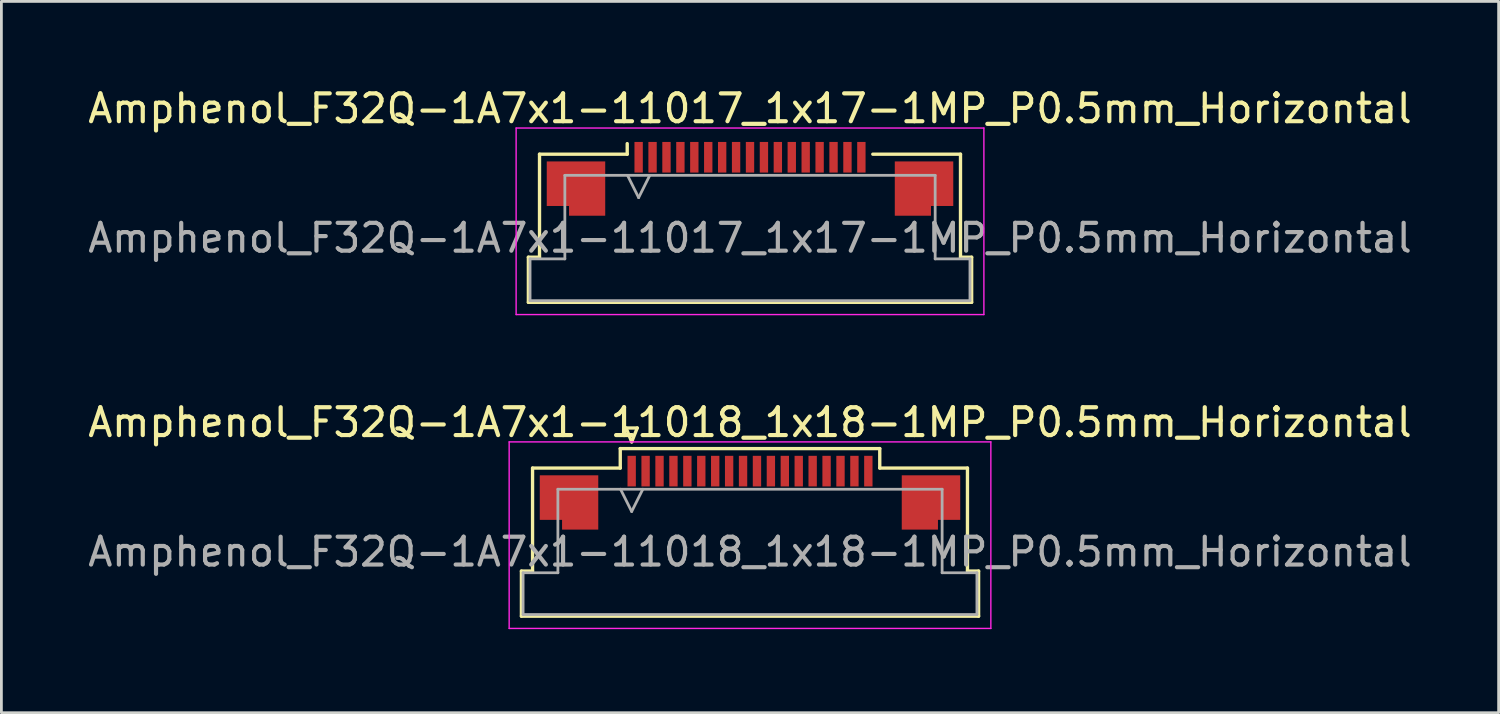
<source format=kicad_pcb>
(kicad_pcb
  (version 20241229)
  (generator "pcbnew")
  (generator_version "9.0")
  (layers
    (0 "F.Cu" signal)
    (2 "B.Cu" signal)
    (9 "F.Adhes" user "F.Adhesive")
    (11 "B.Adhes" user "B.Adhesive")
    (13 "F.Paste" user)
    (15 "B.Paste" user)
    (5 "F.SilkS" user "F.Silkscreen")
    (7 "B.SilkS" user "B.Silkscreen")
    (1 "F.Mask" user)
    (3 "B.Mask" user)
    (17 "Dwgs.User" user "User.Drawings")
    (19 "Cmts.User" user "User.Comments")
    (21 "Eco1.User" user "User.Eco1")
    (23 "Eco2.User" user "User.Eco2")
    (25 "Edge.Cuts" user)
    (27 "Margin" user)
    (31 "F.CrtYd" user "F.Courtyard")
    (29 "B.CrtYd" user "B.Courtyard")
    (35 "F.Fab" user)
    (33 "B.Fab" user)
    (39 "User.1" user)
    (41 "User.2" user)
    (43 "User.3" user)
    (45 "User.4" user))
  (footprint "Amphenol_F32Q-1A7x1-11018_1x18-1MP_P0.5mm_Horizontal"
    (layer "F.Cu")
    (at 23.887 16.771)
    (property "Reference" "Amphenol_F32Q-1A7x1-11018_1x18-1MP_P0.5mm_Horizontal" (at 0 -4.65 0) (layer "F.SilkS") (effects (font (size 1 1) (thickness 0.15))))
    (attr smd)
    (fp_line (start -8.21 0.69) (end -7.81 0.69) (stroke (width 0.12) (type solid)) (layer "F.SilkS"))
    (fp_line (start -8.21 2.31) (end -8.21 0.69) (stroke (width 0.12) (type solid)) (layer "F.SilkS"))
    (fp_line (start -7.81 -3.01) (end -4.66 -3.01) (stroke (width 0.12) (type solid)) (layer "F.SilkS"))
    (fp_line (start -7.81 0.69) (end -7.81 -3.01) (stroke (width 0.12) (type solid)) (layer "F.SilkS"))
    (fp_line (start -4.66 -3.71) (end 4.66 -3.71) (stroke (width 0.12) (type solid)) (layer "F.SilkS"))
    (fp_line (start -4.66 -3.01) (end -4.66 -3.71) (stroke (width 0.12) (type solid)) (layer "F.SilkS"))
    (fp_line (start -4.45 -4.45) (end -4.25 -3.95) (stroke (width 0.12) (type solid)) (layer "F.SilkS"))
    (fp_line (start -4.25 -3.95) (end -4.05 -4.45) (stroke (width 0.12) (type solid)) (layer "F.SilkS"))
    (fp_line (start -4.05 -4.45) (end -4.45 -4.45) (stroke (width 0.12) (type solid)) (layer "F.SilkS"))
    (fp_line (start 4.66 -3.71) (end 4.66 -3.01) (stroke (width 0.12) (type solid)) (layer "F.SilkS"))
    (fp_line (start 4.66 -3.01) (end 7.81 -3.01) (stroke (width 0.12) (type solid)) (layer "F.SilkS"))
    (fp_line (start 7.81 -3.01) (end 7.81 0.69) (stroke (width 0.12) (type solid)) (layer "F.SilkS"))
    (fp_line (start 7.81 0.69) (end 8.21 0.69) (stroke (width 0.12) (type solid)) (layer "F.SilkS"))
    (fp_line (start 8.21 0.69) (end 8.21 2.31) (stroke (width 0.12) (type solid)) (layer "F.SilkS"))
    (fp_line (start 8.21 2.31) (end -8.21 2.31) (stroke (width 0.12) (type solid)) (layer "F.SilkS"))
    (fp_line (start -8.65 -3.95) (end -8.65 2.75) (stroke (width 0.05) (type solid)) (layer "F.CrtYd"))
    (fp_line (start -8.65 2.75) (end 8.65 2.75) (stroke (width 0.05) (type solid)) (layer "F.CrtYd"))
    (fp_line (start 8.65 -3.95) (end -8.65 -3.95) (stroke (width 0.05) (type solid)) (layer "F.CrtYd"))
    (fp_line (start 8.65 2.75) (end 8.65 -3.95) (stroke (width 0.05) (type solid)) (layer "F.CrtYd"))
    (fp_line (start -8.15 0.75) (end -6.9 0.75) (stroke (width 0.1) (type solid)) (layer "F.Fab"))
    (fp_line (start -8.15 2.25) (end -8.15 0.75) (stroke (width 0.1) (type solid)) (layer "F.Fab"))
    (fp_line (start -6.9 -2.25) (end 6.9 -2.25) (stroke (width 0.1) (type solid)) (layer "F.Fab"))
    (fp_line (start -6.9 0.75) (end -6.9 -2.25) (stroke (width 0.1) (type solid)) (layer "F.Fab"))
    (fp_line (start -4.65 -2.25) (end -4.25 -1.45) (stroke (width 0.1) (type solid)) (layer "F.Fab"))
    (fp_line (start -4.25 -1.45) (end -3.85 -2.25) (stroke (width 0.1) (type solid)) (layer "F.Fab"))
    (fp_line (start 6.9 -2.25) (end 6.9 0.75) (stroke (width 0.1) (type solid)) (layer "F.Fab"))
    (fp_line (start 6.9 0.75) (end 8.15 0.75) (stroke (width 0.1) (type solid)) (layer "F.Fab"))
    (fp_line (start 8.15 0.75) (end 8.15 2.25) (stroke (width 0.1) (type solid)) (layer "F.Fab"))
    (fp_line (start 8.15 2.25) (end -8.15 2.25) (stroke (width 0.1) (type solid)) (layer "F.Fab"))
    (fp_text user "${REFERENCE}" (at 0 0 0) (layer "F.Fab") (effects (font (size 1 1) (thickness 0.15))))
    (pad "1" smd rect (at -4.25 -2.9) (size 0.3 1.1) (layers "F.Cu" "F.Mask" "F.Paste"))
    (pad "2" smd rect (at -3.75 -2.9) (size 0.3 1.1) (layers "F.Cu" "F.Mask" "F.Paste"))
    (pad "3" smd rect (at -3.25 -2.9) (size 0.3 1.1) (layers "F.Cu" "F.Mask" "F.Paste"))
    (pad "4" smd rect (at -2.75 -2.9) (size 0.3 1.1) (layers "F.Cu" "F.Mask" "F.Paste"))
    (pad "5" smd rect (at -2.25 -2.9) (size 0.3 1.1) (layers "F.Cu" "F.Mask" "F.Paste"))
    (pad "6" smd rect (at -1.75 -2.9) (size 0.3 1.1) (layers "F.Cu" "F.Mask" "F.Paste"))
    (pad "7" smd rect (at -1.25 -2.9) (size 0.3 1.1) (layers "F.Cu" "F.Mask" "F.Paste"))
    (pad "8" smd rect (at -0.75 -2.9) (size 0.3 1.1) (layers "F.Cu" "F.Mask" "F.Paste"))
    (pad "9" smd rect (at -0.25 -2.9) (size 0.3 1.1) (layers "F.Cu" "F.Mask" "F.Paste"))
    (pad "10" smd rect (at 0.25 -2.9) (size 0.3 1.1) (layers "F.Cu" "F.Mask" "F.Paste"))
    (pad "11" smd rect (at 0.75 -2.9) (size 0.3 1.1) (layers "F.Cu" "F.Mask" "F.Paste"))
    (pad "12" smd rect (at 1.25 -2.9) (size 0.3 1.1) (layers "F.Cu" "F.Mask" "F.Paste"))
    (pad "13" smd rect (at 1.75 -2.9) (size 0.3 1.1) (layers "F.Cu" "F.Mask" "F.Paste"))
    (pad "14" smd rect (at 2.25 -2.9) (size 0.3 1.1) (layers "F.Cu" "F.Mask" "F.Paste"))
    (pad "15" smd rect (at 2.75 -2.9) (size 0.3 1.1) (layers "F.Cu" "F.Mask" "F.Paste"))
    (pad "16" smd rect (at 3.25 -2.9) (size 0.3 1.1) (layers "F.Cu" "F.Mask" "F.Paste"))
    (pad "17" smd rect (at 3.75 -2.9) (size 0.3 1.1) (layers "F.Cu" "F.Mask" "F.Paste"))
    (pad "18" smd rect (at 4.25 -2.9) (size 0.3 1.1) (layers "F.Cu" "F.Mask" "F.Paste"))
    (pad "MP" smd custom (at -6.5 -1.775) (size 1 1) (layers "F.Cu" "F.Mask" "F.Paste") (options (anchor circle)) (primitives (gr_poly (pts (xy 1.05 -0.975) (xy 1.05 0.975) (xy -0.25 0.975) (xy -0.25 0.625) (xy -1.05 0.625) (xy -1.05 -0.975) (xy 1.05 -0.975)) (width 0) (fill yes))))
    (pad "MP" smd custom (at 6.5 -1.775) (size 1 1) (layers "F.Cu" "F.Mask" "F.Paste") (options (anchor circle)) (primitives (gr_poly (pts (xy -1.05 -0.975) (xy -1.05 0.975) (xy 0.25 0.975) (xy 0.25 0.625) (xy 1.05 0.625) (xy 1.05 -0.975) (xy -1.05 -0.975)) (width 0) (fill yes)))))
  (footprint "Amphenol_F32Q-1A7x1-11017_1x17-1MP_P0.5mm_Horizontal"
    (layer "F.Cu")
    (at 23.887 5.498)
    (property "Reference" "Amphenol_F32Q-1A7x1-11017_1x17-1MP_P0.5mm_Horizontal" (at 0 -4.65 0) (layer "F.SilkS") (effects (font (size 1 1) (thickness 0.15))))
    (attr smd)
    (fp_line (start -7.96 0.69) (end -7.56 0.69) (stroke (width 0.12) (type solid)) (layer "F.SilkS"))
    (fp_line (start -7.96 2.31) (end -7.96 0.69) (stroke (width 0.12) (type solid)) (layer "F.SilkS"))
    (fp_line (start -7.56 -3.01) (end -4.41 -3.01) (stroke (width 0.12) (type solid)) (layer "F.SilkS"))
    (fp_line (start -7.56 0.69) (end -7.56 -3.01) (stroke (width 0.12) (type solid)) (layer "F.SilkS"))
    (fp_line (start -4.41 -3.01) (end -4.41 -3.39) (stroke (width 0.12) (type solid)) (layer "F.SilkS"))
    (fp_line (start 4.41 -3.01) (end 7.56 -3.01) (stroke (width 0.12) (type solid)) (layer "F.SilkS"))
    (fp_line (start 7.56 -3.01) (end 7.56 0.69) (stroke (width 0.12) (type solid)) (layer "F.SilkS"))
    (fp_line (start 7.56 0.69) (end 7.96 0.69) (stroke (width 0.12) (type solid)) (layer "F.SilkS"))
    (fp_line (start 7.96 0.69) (end 7.96 2.31) (stroke (width 0.12) (type solid)) (layer "F.SilkS"))
    (fp_line (start 7.96 2.31) (end -7.96 2.31) (stroke (width 0.12) (type solid)) (layer "F.SilkS"))
    (fp_line (start -8.4 -3.95) (end -8.4 2.75) (stroke (width 0.05) (type solid)) (layer "F.CrtYd"))
    (fp_line (start -8.4 2.75) (end 8.4 2.75) (stroke (width 0.05) (type solid)) (layer "F.CrtYd"))
    (fp_line (start 8.4 -3.95) (end -8.4 -3.95) (stroke (width 0.05) (type solid)) (layer "F.CrtYd"))
    (fp_line (start 8.4 2.75) (end 8.4 -3.95) (stroke (width 0.05) (type solid)) (layer "F.CrtYd"))
    (fp_line (start -7.9 0.75) (end -6.65 0.75) (stroke (width 0.1) (type solid)) (layer "F.Fab"))
    (fp_line (start -7.9 2.25) (end -7.9 0.75) (stroke (width 0.1) (type solid)) (layer "F.Fab"))
    (fp_line (start -6.65 -2.25) (end 6.65 -2.25) (stroke (width 0.1) (type solid)) (layer "F.Fab"))
    (fp_line (start -6.65 0.75) (end -6.65 -2.25) (stroke (width 0.1) (type solid)) (layer "F.Fab"))
    (fp_line (start -4.4 -2.25) (end -4 -1.45) (stroke (width 0.1) (type solid)) (layer "F.Fab"))
    (fp_line (start -4 -1.45) (end -3.6 -2.25) (stroke (width 0.1) (type solid)) (layer "F.Fab"))
    (fp_line (start 6.65 -2.25) (end 6.65 0.75) (stroke (width 0.1) (type solid)) (layer "F.Fab"))
    (fp_line (start 6.65 0.75) (end 7.9 0.75) (stroke (width 0.1) (type solid)) (layer "F.Fab"))
    (fp_line (start 7.9 0.75) (end 7.9 2.25) (stroke (width 0.1) (type solid)) (layer "F.Fab"))
    (fp_line (start 7.9 2.25) (end -7.9 2.25) (stroke (width 0.1) (type solid)) (layer "F.Fab"))
    (fp_text user "${REFERENCE}" (at 0 0 0) (layer "F.Fab") (effects (font (size 1 1) (thickness 0.15))))
    (pad "1" smd rect (at -4 -2.9) (size 0.3 1.1) (layers "F.Cu" "F.Mask" "F.Paste"))
    (pad "2" smd rect (at -3.5 -2.9) (size 0.3 1.1) (layers "F.Cu" "F.Mask" "F.Paste"))
    (pad "3" smd rect (at -3 -2.9) (size 0.3 1.1) (layers "F.Cu" "F.Mask" "F.Paste"))
    (pad "4" smd rect (at -2.5 -2.9) (size 0.3 1.1) (layers "F.Cu" "F.Mask" "F.Paste"))
    (pad "5" smd rect (at -2 -2.9) (size 0.3 1.1) (layers "F.Cu" "F.Mask" "F.Paste"))
    (pad "6" smd rect (at -1.5 -2.9) (size 0.3 1.1) (layers "F.Cu" "F.Mask" "F.Paste"))
    (pad "7" smd rect (at -1 -2.9) (size 0.3 1.1) (layers "F.Cu" "F.Mask" "F.Paste"))
    (pad "8" smd rect (at -0.5 -2.9) (size 0.3 1.1) (layers "F.Cu" "F.Mask" "F.Paste"))
    (pad "9" smd rect (at 0 -2.9) (size 0.3 1.1) (layers "F.Cu" "F.Mask" "F.Paste"))
    (pad "10" smd rect (at 0.5 -2.9) (size 0.3 1.1) (layers "F.Cu" "F.Mask" "F.Paste"))
    (pad "11" smd rect (at 1 -2.9) (size 0.3 1.1) (layers "F.Cu" "F.Mask" "F.Paste"))
    (pad "12" smd rect (at 1.5 -2.9) (size 0.3 1.1) (layers "F.Cu" "F.Mask" "F.Paste"))
    (pad "13" smd rect (at 2 -2.9) (size 0.3 1.1) (layers "F.Cu" "F.Mask" "F.Paste"))
    (pad "14" smd rect (at 2.5 -2.9) (size 0.3 1.1) (layers "F.Cu" "F.Mask" "F.Paste"))
    (pad "15" smd rect (at 3 -2.9) (size 0.3 1.1) (layers "F.Cu" "F.Mask" "F.Paste"))
    (pad "16" smd rect (at 3.5 -2.9) (size 0.3 1.1) (layers "F.Cu" "F.Mask" "F.Paste"))
    (pad "17" smd rect (at 4 -2.9) (size 0.3 1.1) (layers "F.Cu" "F.Mask" "F.Paste"))
    (pad "MP" smd custom (at -6.25 -1.775) (size 1 1) (layers "F.Cu" "F.Mask" "F.Paste") (options (anchor circle)) (primitives (gr_poly (pts (xy 1.05 -0.975) (xy 1.05 0.975) (xy -0.25 0.975) (xy -0.25 0.625) (xy -1.05 0.625) (xy -1.05 -0.975) (xy 1.05 -0.975)) (width 0) (fill yes))))
    (pad "MP" smd custom (at 6.25 -1.775) (size 1 1) (layers "F.Cu" "F.Mask" "F.Paste") (options (anchor circle)) (primitives (gr_poly (pts (xy -1.05 -0.975) (xy -1.05 0.975) (xy 0.25 0.975) (xy 0.25 0.625) (xy 1.05 0.625) (xy 1.05 -0.975) (xy -1.05 -0.975)) (width 0) (fill yes)))))
  (gr_rect
    (start -3 -3)
    (end 50.774 22.547)
    (stroke (width 0.1) (type default))
    (fill no)
    (layer "Edge.Cuts")))
</source>
